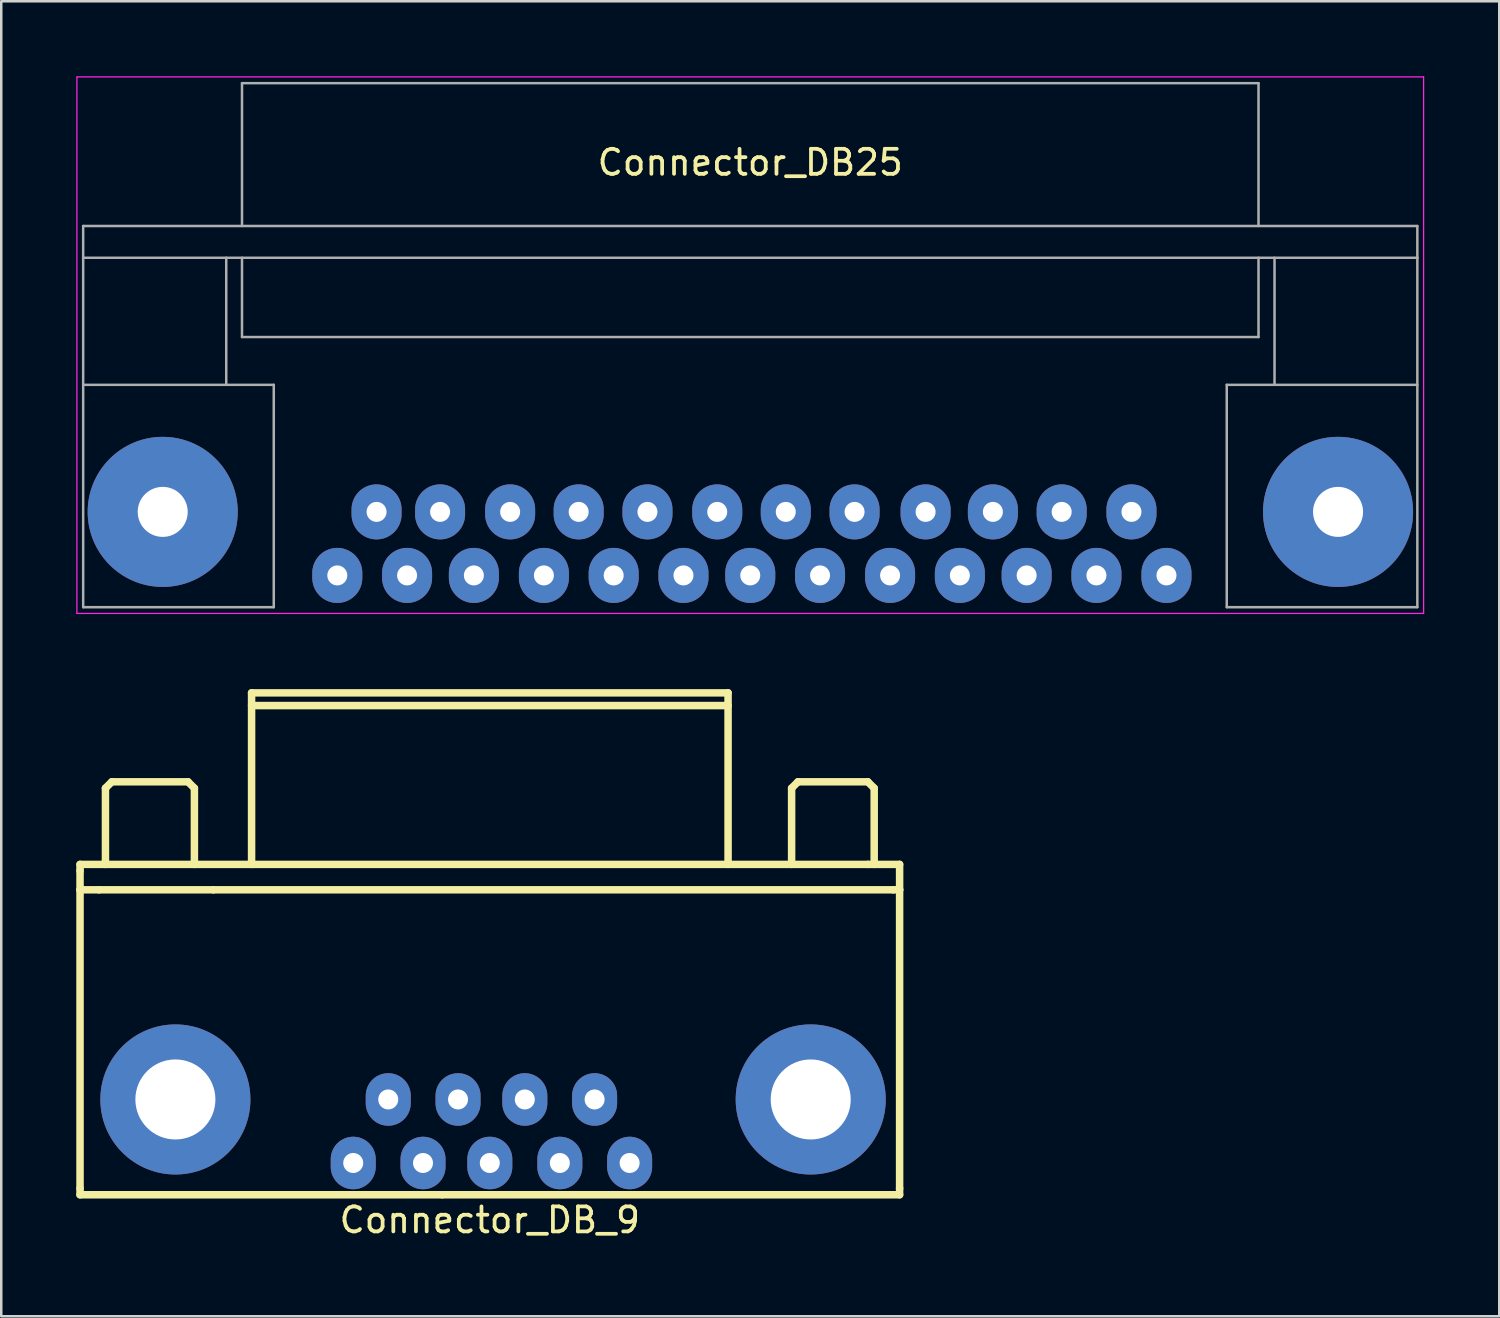
<source format=kicad_pcb>
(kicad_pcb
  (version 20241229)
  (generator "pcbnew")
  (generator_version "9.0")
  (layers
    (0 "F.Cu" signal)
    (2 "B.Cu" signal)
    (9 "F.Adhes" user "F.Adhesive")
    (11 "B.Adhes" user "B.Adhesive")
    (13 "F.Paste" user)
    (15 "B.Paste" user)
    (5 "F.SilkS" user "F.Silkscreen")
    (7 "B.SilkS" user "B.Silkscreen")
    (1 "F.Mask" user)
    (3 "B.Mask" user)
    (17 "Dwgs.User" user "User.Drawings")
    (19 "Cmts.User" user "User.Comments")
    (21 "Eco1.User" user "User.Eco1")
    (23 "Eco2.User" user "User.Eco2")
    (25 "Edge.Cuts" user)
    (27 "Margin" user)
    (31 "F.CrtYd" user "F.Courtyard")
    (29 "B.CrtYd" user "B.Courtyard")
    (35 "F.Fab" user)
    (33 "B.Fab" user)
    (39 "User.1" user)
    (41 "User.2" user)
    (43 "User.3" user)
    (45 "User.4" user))
  (footprint "Connector_DB_9"
    (layer "F.Cu")
    (at 11.072 43.446)
    (property "Reference" "Connector_DB_9" (at 5.46 2.28 0) (layer "F.SilkS") (effects (font (size 1 1) (thickness 0.15))))
    (attr through_hole)
    (fp_line (start -10.922 -11.938) (end -10.922 -11.684) (stroke (width 0.3) (type solid)) (layer "F.SilkS"))
    (fp_line (start -10.922 -11.938) (end 20.574 -11.938) (stroke (width 0.3) (type solid)) (layer "F.SilkS"))
    (fp_line (start -10.922 -10.922) (end -10.922 -11.684) (stroke (width 0.3) (type solid)) (layer "F.SilkS"))
    (fp_line (start -10.922 -10.922) (end -10.922 1.016) (stroke (width 0.3) (type solid)) (layer "F.SilkS"))
    (fp_line (start -10.922 1.27) (end -10.922 1.016) (stroke (width 0.3) (type solid)) (layer "F.SilkS"))
    (fp_line (start -10.16 -10.922) (end -10.922 -10.922) (stroke (width 0.3) (type solid)) (layer "F.SilkS"))
    (fp_line (start -9.906 -14.986) (end -9.652 -15.24) (stroke (width 0.3) (type solid)) (layer "F.SilkS"))
    (fp_line (start -9.906 -11.938) (end -9.906 -14.986) (stroke (width 0.3) (type solid)) (layer "F.SilkS"))
    (fp_line (start -9.652 -15.24) (end -6.604 -15.24) (stroke (width 0.3) (type solid)) (layer "F.SilkS"))
    (fp_line (start -6.604 -15.24) (end -6.35 -14.986) (stroke (width 0.3) (type solid)) (layer "F.SilkS"))
    (fp_line (start -6.35 -14.986) (end -6.35 -11.938) (stroke (width 0.3) (type solid)) (layer "F.SilkS"))
    (fp_line (start -5.588 -10.922) (end -10.16 -10.922) (stroke (width 0.3) (type solid)) (layer "F.SilkS"))
    (fp_line (start -4.064 -18.796) (end 14.986 -18.796) (stroke (width 0.3) (type solid)) (layer "F.SilkS"))
    (fp_line (start -4.064 -18.288) (end 14.986 -18.288) (stroke (width 0.3) (type solid)) (layer "F.SilkS"))
    (fp_line (start -4.064 -11.938) (end -4.064 -18.796) (stroke (width 0.3) (type solid)) (layer "F.SilkS"))
    (fp_line (start 3.556 1.27) (end -10.922 1.27) (stroke (width 0.3) (type solid)) (layer "F.SilkS"))
    (fp_line (start 14.986 -18.796) (end 14.986 -11.938) (stroke (width 0.3) (type solid)) (layer "F.SilkS"))
    (fp_line (start 17.526 -14.986) (end 17.526 -11.938) (stroke (width 0.3) (type solid)) (layer "F.SilkS"))
    (fp_line (start 17.78 -15.24) (end 17.526 -14.986) (stroke (width 0.3) (type solid)) (layer "F.SilkS"))
    (fp_line (start 20.574 -15.24) (end 17.78 -15.24) (stroke (width 0.3) (type solid)) (layer "F.SilkS"))
    (fp_line (start 20.574 -11.938) (end 21.844 -11.938) (stroke (width 0.3) (type solid)) (layer "F.SilkS"))
    (fp_line (start 20.828 -14.986) (end 20.574 -15.24) (stroke (width 0.3) (type solid)) (layer "F.SilkS"))
    (fp_line (start 20.828 -11.938) (end 20.828 -14.986) (stroke (width 0.3) (type solid)) (layer "F.SilkS"))
    (fp_line (start 21.59 -10.922) (end -5.588 -10.922) (stroke (width 0.3) (type solid)) (layer "F.SilkS"))
    (fp_line (start 21.59 -10.922) (end 21.844 -10.922) (stroke (width 0.3) (type solid)) (layer "F.SilkS"))
    (fp_line (start 21.844 -11.938) (end 21.844 -10.922) (stroke (width 0.3) (type solid)) (layer "F.SilkS"))
    (fp_line (start 21.844 -10.922) (end 21.844 1.016) (stroke (width 0.3) (type solid)) (layer "F.SilkS"))
    (fp_line (start 21.844 1.016) (end 21.844 1.27) (stroke (width 0.3) (type solid)) (layer "F.SilkS"))
    (fp_line (start 21.844 1.27) (end 3.556 1.27) (stroke (width 0.3) (type solid)) (layer "F.SilkS"))
    (pad "0" thru_hole circle (at -7.11 -2.54) (size 6 6) (drill 3.2) (layers "*.Cu" "*.Mask"))
    (pad "0" thru_hole circle (at 18.29 -2.54) (size 6 6) (drill 3.2) (layers "*.Cu" "*.Mask"))
    (pad "1" thru_hole oval (at 0 0) (size 1.8 2.1) (drill 0.8) (layers "*.Cu" "*.Mask"))
    (pad "2" thru_hole oval (at 2.79 0) (size 1.8 2.1) (drill 0.8) (layers "*.Cu" "*.Mask"))
    (pad "3" thru_hole oval (at 5.46 0) (size 1.8 2.1) (drill 0.8) (layers "*.Cu" "*.Mask"))
    (pad "4" thru_hole oval (at 8.26 0) (size 1.8 2.1) (drill 0.8) (layers "*.Cu" "*.Mask"))
    (pad "5" thru_hole oval (at 11.05 0) (size 1.8 2.1) (drill 0.8) (layers "*.Cu" "*.Mask"))
    (pad "6" thru_hole oval (at 1.4 -2.54) (size 1.8 2.1) (drill 0.8) (layers "*.Cu" "*.Mask"))
    (pad "7" thru_hole oval (at 4.19 -2.54) (size 1.8 2.1) (drill 0.8) (layers "*.Cu" "*.Mask"))
    (pad "8" thru_hole oval (at 6.86 -2.54) (size 1.8 2.1) (drill 0.8) (layers "*.Cu" "*.Mask"))
    (pad "9" thru_hole oval (at 9.65 -2.54) (size 1.8 2.1) (drill 0.8) (layers "*.Cu" "*.Mask")))
  (footprint "Connector_DB25"
    (layer "F.Cu")
    (at 10.435 19.955)
    (property "Reference" "Connector_DB25" (at 16.51 -16.51 0) (layer "F.SilkS") (effects (font (size 1 1) (thickness 0.15))))
    (attr through_hole)
    (fp_line (start -10.41 -19.93) (end -10.41 1.52) (stroke (width 0.05) (type solid)) (layer "F.CrtYd"))
    (fp_line (start -10.41 -19.93) (end 43.43 -19.93) (stroke (width 0.05) (type solid)) (layer "F.CrtYd"))
    (fp_line (start 43.43 1.52) (end -10.41 1.52) (stroke (width 0.05) (type solid)) (layer "F.CrtYd"))
    (fp_line (start 43.43 1.52) (end 43.43 -19.93) (stroke (width 0.05) (type solid)) (layer "F.CrtYd"))
    (fp_line (start -10.16 -13.97) (end -10.16 -12.7) (stroke (width 0.1) (type solid)) (layer "F.Fab"))
    (fp_line (start -10.16 -12.7) (end 43.18 -12.7) (stroke (width 0.1) (type solid)) (layer "F.Fab"))
    (fp_line (start -10.16 -7.62) (end -2.54 -7.62) (stroke (width 0.1) (type solid)) (layer "F.Fab"))
    (fp_line (start -10.16 1.27) (end -10.16 -12.7) (stroke (width 0.1) (type solid)) (layer "F.Fab"))
    (fp_line (start -10.16 1.27) (end -2.54 1.27) (stroke (width 0.1) (type solid)) (layer "F.Fab"))
    (fp_line (start -4.44 -12.7) (end -4.44 -7.62) (stroke (width 0.1) (type solid)) (layer "F.Fab"))
    (fp_line (start -3.81 -19.68) (end -3.81 -13.97) (stroke (width 0.1) (type solid)) (layer "F.Fab"))
    (fp_line (start -3.81 -19.68) (end 36.83 -19.68) (stroke (width 0.1) (type solid)) (layer "F.Fab"))
    (fp_line (start -3.81 -9.53) (end -3.81 -12.7) (stroke (width 0.1) (type solid)) (layer "F.Fab"))
    (fp_line (start -3.81 -9.53) (end 36.83 -9.53) (stroke (width 0.1) (type solid)) (layer "F.Fab"))
    (fp_line (start -2.54 -7.62) (end -2.54 1.27) (stroke (width 0.1) (type solid)) (layer "F.Fab"))
    (fp_line (start 35.56 -7.62) (end 35.56 1.27) (stroke (width 0.1) (type solid)) (layer "F.Fab"))
    (fp_line (start 35.56 1.27) (end 43.18 1.27) (stroke (width 0.1) (type solid)) (layer "F.Fab"))
    (fp_line (start 36.83 -19.68) (end 36.83 -13.97) (stroke (width 0.1) (type solid)) (layer "F.Fab"))
    (fp_line (start 36.83 -9.53) (end 36.83 -12.7) (stroke (width 0.1) (type solid)) (layer "F.Fab"))
    (fp_line (start 37.47 -12.7) (end 37.47 -7.62) (stroke (width 0.1) (type solid)) (layer "F.Fab"))
    (fp_line (start 43.18 -13.97) (end -10.16 -13.97) (stroke (width 0.1) (type solid)) (layer "F.Fab"))
    (fp_line (start 43.18 -12.7) (end 43.18 -13.97) (stroke (width 0.1) (type solid)) (layer "F.Fab"))
    (fp_line (start 43.18 -12.7) (end 43.18 1.27) (stroke (width 0.1) (type solid)) (layer "F.Fab"))
    (fp_line (start 43.18 -7.62) (end 35.56 -7.62) (stroke (width 0.1) (type solid)) (layer "F.Fab"))
    (pad "0" thru_hole oval (at -6.98 -2.54) (size 6 6) (drill 2) (layers "*.Cu" "*.Mask"))
    (pad "0" thru_hole oval (at 40.01 -2.54) (size 6 6) (drill 2) (layers "*.Cu" "*.Mask"))
    (pad "1" thru_hole oval (at 0 0) (size 2 2.2) (drill 0.8) (layers "*.Cu" "*.Mask"))
    (pad "2" thru_hole oval (at 2.79 0) (size 2 2.2) (drill 0.8) (layers "*.Cu" "*.Mask"))
    (pad "3" thru_hole oval (at 5.46 0) (size 2 2.2) (drill 0.8) (layers "*.Cu" "*.Mask"))
    (pad "4" thru_hole oval (at 8.26 0) (size 2 2.2) (drill 0.8) (layers "*.Cu" "*.Mask"))
    (pad "5" thru_hole oval (at 11.05 0) (size 2 2.2) (drill 0.8) (layers "*.Cu" "*.Mask"))
    (pad "6" thru_hole oval (at 13.84 0) (size 2 2.2) (drill 0.8) (layers "*.Cu" "*.Mask"))
    (pad "7" thru_hole oval (at 16.51 0) (size 2 2.2) (drill 0.8) (layers "*.Cu" "*.Mask"))
    (pad "8" thru_hole oval (at 19.3 0) (size 2 2.2) (drill 0.8) (layers "*.Cu" "*.Mask"))
    (pad "9" thru_hole oval (at 22.1 0) (size 2 2.2) (drill 0.8) (layers "*.Cu" "*.Mask"))
    (pad "10" thru_hole oval (at 24.89 0) (size 2 2.2) (drill 0.8) (layers "*.Cu" "*.Mask"))
    (pad "11" thru_hole oval (at 27.56 0) (size 2 2.2) (drill 0.8) (layers "*.Cu" "*.Mask"))
    (pad "12" thru_hole oval (at 30.35 0) (size 2 2.2) (drill 0.8) (layers "*.Cu" "*.Mask"))
    (pad "13" thru_hole oval (at 33.15 0) (size 2 2.2) (drill 0.8) (layers "*.Cu" "*.Mask"))
    (pad "14" thru_hole oval (at 1.57 -2.54) (size 2 2.2) (drill 0.8) (layers "*.Cu" "*.Mask"))
    (pad "15" thru_hole oval (at 4.11 -2.54) (size 2 2.2) (drill 0.8) (layers "*.Cu" "*.Mask"))
    (pad "16" thru_hole oval (at 6.91 -2.54) (size 2 2.2) (drill 0.8) (layers "*.Cu" "*.Mask"))
    (pad "17" thru_hole oval (at 9.65 -2.54) (size 2 2.2) (drill 0.8) (layers "*.Cu" "*.Mask"))
    (pad "18" thru_hole oval (at 12.4 -2.54) (size 2 2.2) (drill 0.8) (layers "*.Cu" "*.Mask"))
    (pad "19" thru_hole oval (at 15.19 -2.54) (size 2 2.2) (drill 0.8) (layers "*.Cu" "*.Mask"))
    (pad "20" thru_hole oval (at 17.93 -2.54) (size 2 2.2) (drill 0.8) (layers "*.Cu" "*.Mask"))
    (pad "21" thru_hole oval (at 20.68 -2.54) (size 2 2.2) (drill 0.8) (layers "*.Cu" "*.Mask"))
    (pad "22" thru_hole oval (at 23.52 -2.54) (size 2 2.2) (drill 0.8) (layers "*.Cu" "*.Mask"))
    (pad "23" thru_hole oval (at 26.21 -2.54) (size 2 2.2) (drill 0.8) (layers "*.Cu" "*.Mask"))
    (pad "24" thru_hole oval (at 28.96 -2.54) (size 2 2.2) (drill 0.8) (layers "*.Cu" "*.Mask"))
    (pad "25" thru_hole oval (at 31.75 -2.54) (size 2 2.2) (drill 0.8) (layers "*.Cu" "*.Mask")))
  (gr_rect
    (start -3 -3)
    (end 56.89 49.574)
    (stroke (width 0.1) (type default))
    (fill no)
    (layer "Edge.Cuts")))
</source>
